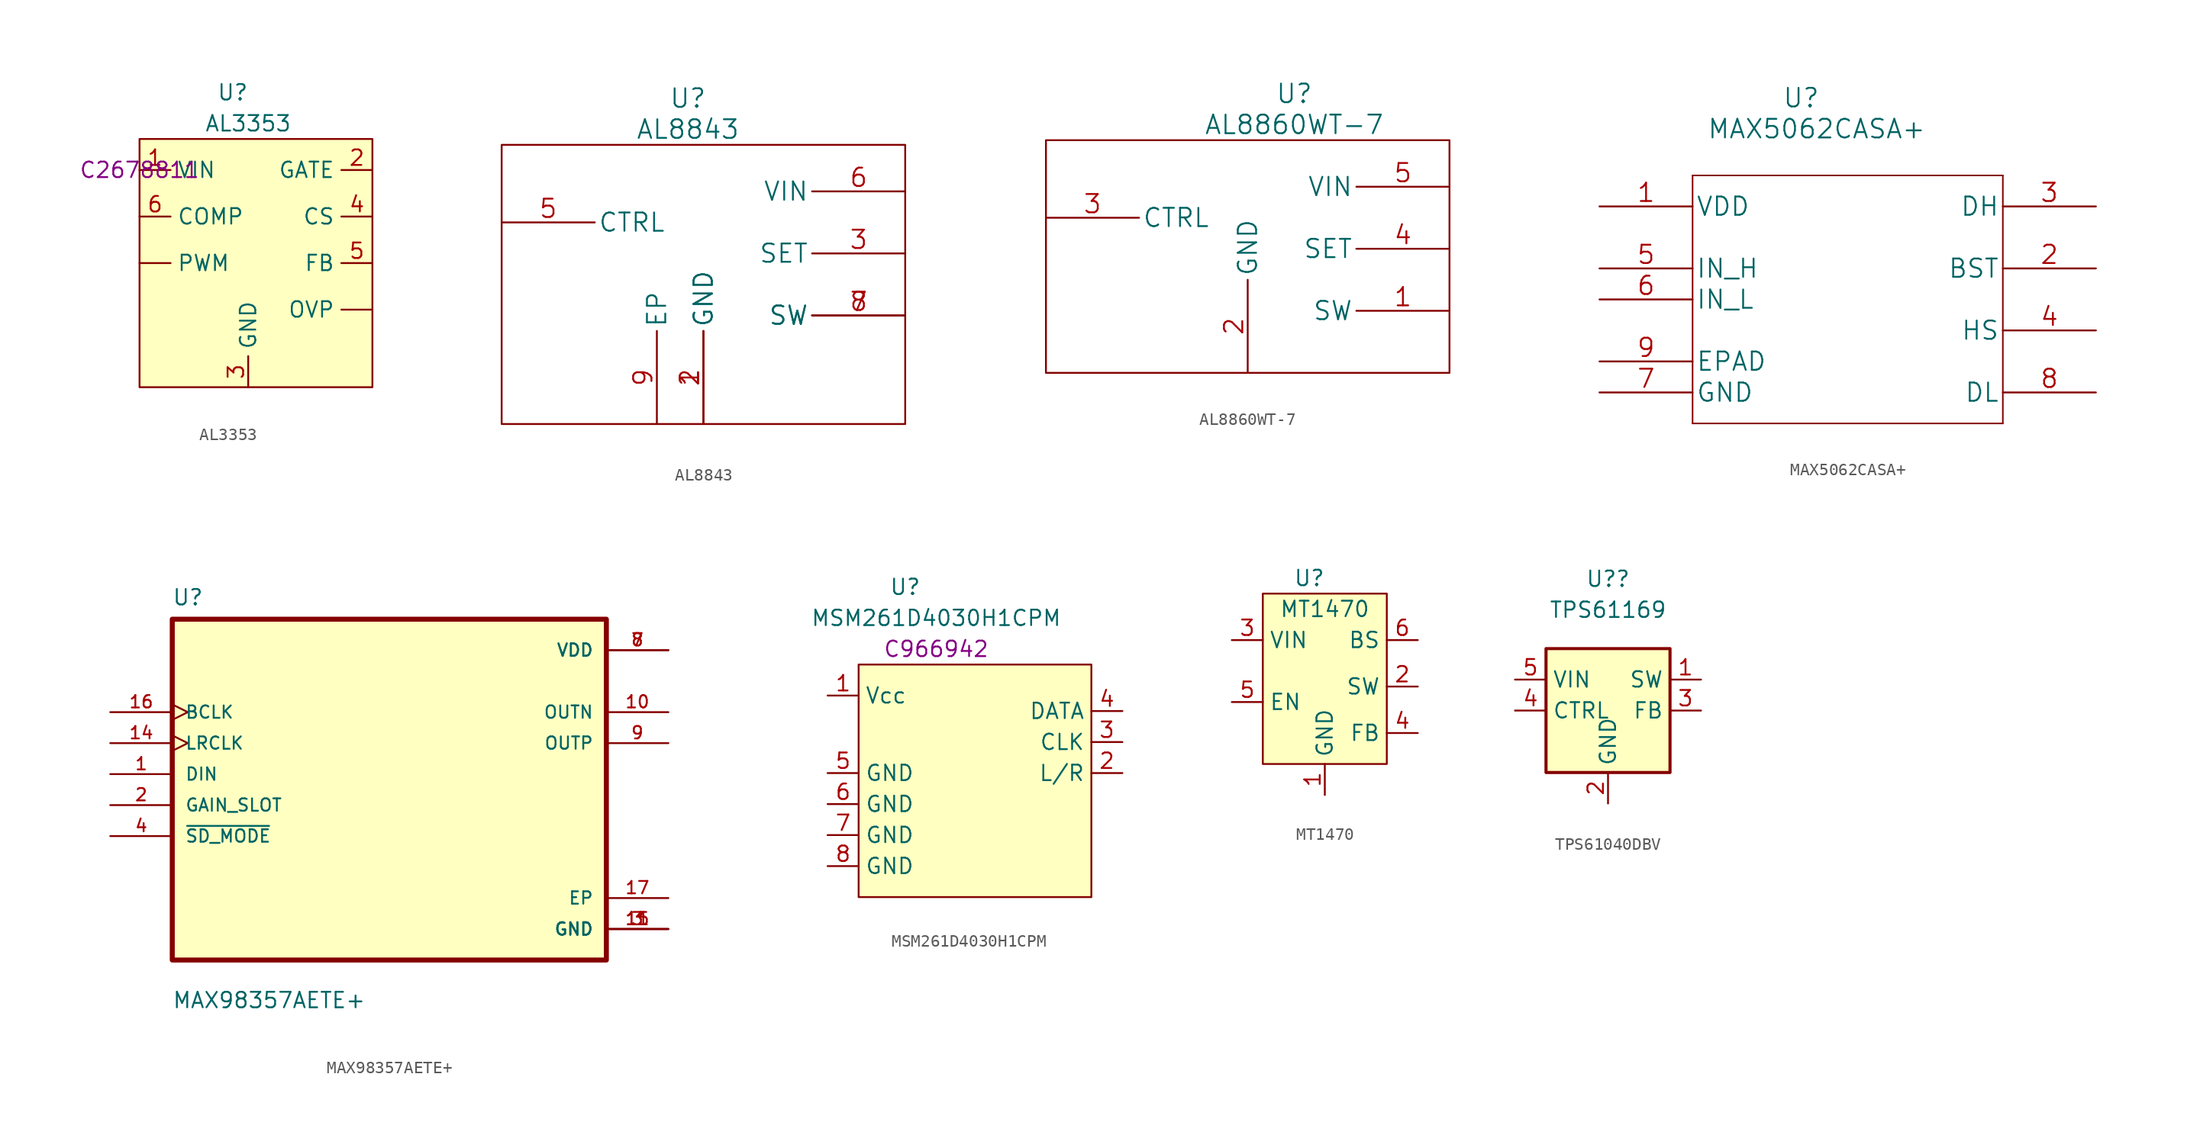
<source format=kicad_sym>
(kicad_symbol_lib
  (version 20220914)
  (generator kicad_symbol_editor)
  (symbol "AL3353"
    (property "Reference" "U"
      (at 7.62 6.35 0)
      (effects (font (size 1.27 1.27))))
    (property "Value" "AL3353"
      (at 8.89 3.81 0)
      (effects (font (size 1.27 1.27))))
    (property "LCSC" "C2678811"
      (at 0 0 0)
      (effects (font (size 1.27 1.27))))
    (symbol "AL3353_0_1"
      (rectangle (start 0 2.54) (end 19.05 -17.78) (stroke (width 0) (type default)) (fill (type background))))
    (symbol "AL3353_1_1"
      (pin input line (at 19.05 -11.43 180) (length 2.54) (name "OVP" (effects (font (size 1.27 1.27)))) (number "" (effects (font (size 1.27 1.27)))))
      (pin input line (at 0 -7.62 0) (length 2.54) (name "PWM" (effects (font (size 1.27 1.27)))) (number "" (effects (font (size 1.27 1.27)))))
      (pin input line (at 0 0 0) (length 2.54) (name "VIN" (effects (font (size 1.27 1.27)))) (number "1" (effects (font (size 1.27 1.27)))))
      (pin input line (at 19.05 0 180) (length 2.54) (name "GATE" (effects (font (size 1.27 1.27)))) (number "2" (effects (font (size 1.27 1.27)))))
      (pin input line (at 8.89 -17.78 90) (length 2.54) (name "GND" (effects (font (size 1.27 1.27)))) (number "3" (effects (font (size 1.27 1.27)))))
      (pin input line (at 19.05 -3.81 180) (length 2.54) (name "CS" (effects (font (size 1.27 1.27)))) (number "4" (effects (font (size 1.27 1.27)))))
      (pin input line (at 19.05 -7.62 180) (length 2.54) (name "FB" (effects (font (size 1.27 1.27)))) (number "5" (effects (font (size 1.27 1.27)))))
      (pin input line (at 0 -3.81 0) (length 2.54) (name "COMP" (effects (font (size 1.27 1.27)))) (number "6" (effects (font (size 1.27 1.27)))))))
  (symbol "AL8843"
    (pin_names
      (offset 0.254))
    (property "Reference" "U"
      (at 15.24 10.16 0)
      (effects (font (size 1.524 1.524))))
    (property "Value" "AL8843"
      (at 15.24 7.62 0)
      (effects (font (size 1.524 1.524))))
    (symbol "AL8843_0_1"
      (rectangle (start 0 6.35) (end 33.02 -16.51) (stroke (width 0) (type default)) (fill (type none))))
    (symbol "AL8843_1_1"
      (pin power_in line (at 16.51 -16.51 90) (length 7.62) (name "GND" (effects (font (size 1.499 1.499)))) (number "1" (effects (font (size 1.499 1.499)))))
      (pin power_in line (at 16.51 -16.51 90) (length 7.62) (name "GND" (effects (font (size 1.499 1.499)))) (number "2" (effects (font (size 1.499 1.499)))))
      (pin unspecified line (at 33.02 -2.54 180) (length 7.62) (name "SET" (effects (font (size 1.499 1.499)))) (number "3" (effects (font (size 1.499 1.499)))))
      (pin bidirectional line (at 0 0 0) (length 7.62) (name "CTRL" (effects (font (size 1.499 1.499)))) (number "5" (effects (font (size 1.499 1.499)))))
      (pin power_in line (at 33.02 2.54 180) (length 7.62) (name "VIN" (effects (font (size 1.499 1.499)))) (number "6" (effects (font (size 1.499 1.499)))))
      (pin output line (at 33.02 -7.62 180) (length 7.62) (name "SW" (effects (font (size 1.499 1.499)))) (number "7" (effects (font (size 1.499 1.499)))))
      (pin output line (at 33.02 -7.62 180) (length 7.62) (name "SW" (effects (font (size 1.499 1.499)))) (number "8" (effects (font (size 1.499 1.499)))))
      (pin power_in line (at 12.7 -16.51 90) (length 7.62) (name "EP" (effects (font (size 1.499 1.499)))) (number "9" (effects (font (size 1.499 1.499)))))))
  (symbol "AL8860WT-7"
    (pin_names
      (offset 0.254))
    (property "Reference" "U"
      (at 20.32 10.16 0)
      (effects (font (size 1.524 1.524))))
    (property "Value" "AL8860WT-7"
      (at 20.32 7.62 0)
      (effects (font (size 1.524 1.524))))
    (symbol "AL8860WT-7_0_1"
      (rectangle (start 0 6.35) (end 33.02 -12.7) (stroke (width 0) (type default)) (fill (type none))))
    (symbol "AL8860WT-7_1_1"
      (pin output line (at 33.02 -7.62 180) (length 7.62) (name "SW" (effects (font (size 1.499 1.499)))) (number "1" (effects (font (size 1.499 1.499)))))
      (pin power_in line (at 16.51 -12.7 90) (length 7.62) (name "GND" (effects (font (size 1.499 1.499)))) (number "2" (effects (font (size 1.499 1.499)))))
      (pin bidirectional line (at 0 0 0) (length 7.62) (name "CTRL" (effects (font (size 1.499 1.499)))) (number "3" (effects (font (size 1.499 1.499)))))
      (pin unspecified line (at 33.02 -2.54 180) (length 7.62) (name "SET" (effects (font (size 1.499 1.499)))) (number "4" (effects (font (size 1.499 1.499)))))
      (pin power_in line (at 33.02 2.54 180) (length 7.62) (name "VIN" (effects (font (size 1.499 1.499)))) (number "5" (effects (font (size 1.499 1.499)))))))
  (symbol "MAX5062CASA+"
    (pin_names
      (offset 0.254))
    (property "Reference" "U"
      (at 16.51 11.43 0)
      (effects (font (size 1.524 1.524))))
    (property "Value" "MAX5062CASA+"
      (at 17.78 8.89 0)
      (effects (font (size 1.524 1.524))))
    (property "Datasheet" ""
      (at 0 0 0)
      (effects (font (size 1.524 1.524))))
    (symbol "MAX5062CASA+_1_1"
      (polyline (pts (xy 7.62 -15.24) (xy 33.02 -15.24)) (stroke (width 0.127) (type default)) (fill (type none)))
      (polyline (pts (xy 7.62 5.08) (xy 7.62 -15.24)) (stroke (width 0.127) (type default)) (fill (type none)))
      (polyline (pts (xy 33.02 -15.24) (xy 33.02 5.08)) (stroke (width 0.127) (type default)) (fill (type none)))
      (polyline (pts (xy 33.02 5.08) (xy 7.62 5.08)) (stroke (width 0.127) (type default)) (fill (type none)))
      (pin power_in line (at 0 2.54 0) (length 7.62) (name "VDD" (effects (font (size 1.499 1.499)))) (number "1" (effects (font (size 1.499 1.499)))))
      (pin unspecified line (at 40.64 -2.54 180) (length 7.62) (name "BST" (effects (font (size 1.499 1.499)))) (number "2" (effects (font (size 1.499 1.499)))))
      (pin output line (at 40.64 2.54 180) (length 7.62) (name "DH" (effects (font (size 1.499 1.499)))) (number "3" (effects (font (size 1.499 1.499)))))
      (pin unspecified line (at 40.64 -7.62 180) (length 7.62) (name "HS" (effects (font (size 1.499 1.499)))) (number "4" (effects (font (size 1.499 1.499)))))
      (pin input line (at 0 -2.54 0) (length 7.62) (name "IN_H" (effects (font (size 1.499 1.499)))) (number "5" (effects (font (size 1.499 1.499)))))
      (pin input line (at 0 -5.08 0) (length 7.62) (name "IN_L" (effects (font (size 1.499 1.499)))) (number "6" (effects (font (size 1.499 1.499)))))
      (pin power_in line (at 0 -12.7 0) (length 7.62) (name "GND" (effects (font (size 1.499 1.499)))) (number "7" (effects (font (size 1.499 1.499)))))
      (pin output line (at 40.64 -12.7 180) (length 7.62) (name "DL" (effects (font (size 1.499 1.499)))) (number "8" (effects (font (size 1.499 1.499)))))
      (pin unspecified line (at 0 -10.16 0) (length 7.62) (name "EPAD" (effects (font (size 1.499 1.499)))) (number "9" (effects (font (size 1.499 1.499)))))))
  (symbol "MAX98357AETE+"
    (pin_names
      (offset 1.016))
    (property "Reference" "U"
      (at -17.81 13.745 0)
      (effects (font (size 1.27 1.27)) (justify left bottom)))
    (property "Value" "MAX98357AETE+"
      (at -17.804 -19.279 0)
      (effects (font (size 1.27 1.27)) (justify left bottom)))
    (symbol "MAX98357AETE+_0_0"
      (rectangle (start -17.78 -15.24) (end 17.78 12.7) (stroke (width 0.41) (type default)) (fill (type background)))
      (pin input line (at -22.86 0 0) (length 5.08) (name "DIN" (effects (font (size 1.016 1.016)))) (number "1" (effects (font (size 1.016 1.016)))))
      (pin output line (at 22.86 5.08 180) (length 5.08) (name "OUTN" (effects (font (size 1.016 1.016)))) (number "10" (effects (font (size 1.016 1.016)))))
      (pin power_in line (at 22.86 -12.7 180) (length 5.08) (name "GND" (effects (font (size 1.016 1.016)))) (number "11" (effects (font (size 1.016 1.016)))))
      (pin input clock (at -22.86 2.54 0) (length 5.08) (name "LRCLK" (effects (font (size 1.016 1.016)))) (number "14" (effects (font (size 1.016 1.016)))))
      (pin power_in line (at 22.86 -12.7 180) (length 5.08) (name "GND" (effects (font (size 1.016 1.016)))) (number "15" (effects (font (size 1.016 1.016)))))
      (pin input clock (at -22.86 5.08 0) (length 5.08) (name "BCLK" (effects (font (size 1.016 1.016)))) (number "16" (effects (font (size 1.016 1.016)))))
      (pin power_in line (at 22.86 -10.16 180) (length 5.08) (name "EP" (effects (font (size 1.016 1.016)))) (number "17" (effects (font (size 1.016 1.016)))))
      (pin input line (at -22.86 -2.54 0) (length 5.08) (name "GAIN_SLOT" (effects (font (size 1.016 1.016)))) (number "2" (effects (font (size 1.016 1.016)))))
      (pin power_in line (at 22.86 -12.7 180) (length 5.08) (name "GND" (effects (font (size 1.016 1.016)))) (number "3" (effects (font (size 1.016 1.016)))))
      (pin input line (at -22.86 -5.08 0) (length 5.08) (name "~{SD_MODE}" (effects (font (size 1.016 1.016)))) (number "4" (effects (font (size 1.016 1.016)))))
      (pin power_in line (at 22.86 10.16 180) (length 5.08) (name "VDD" (effects (font (size 1.016 1.016)))) (number "7" (effects (font (size 1.016 1.016)))))
      (pin power_in line (at 22.86 10.16 180) (length 5.08) (name "VDD" (effects (font (size 1.016 1.016)))) (number "8" (effects (font (size 1.016 1.016)))))
      (pin output line (at 22.86 2.54 180) (length 5.08) (name "OUTP" (effects (font (size 1.016 1.016)))) (number "9" (effects (font (size 1.016 1.016)))))))
  (symbol "MSM261D4030H1CPM"
    (property "Reference" "U"
      (at 6.35 8.89 0)
      (effects (font (size 1.27 1.27))))
    (property "Value" "MSM261D4030H1CPM"
      (at 8.89 6.35 0)
      (effects (font (size 1.27 1.27))))
    (property "LCSC" "C966942"
      (at 8.89 3.81 0)
      (effects (font (size 1.27 1.27))))
    (symbol "MSM261D4030H1CPM_0_0"
      (pin unspecified line (at 0 0 0) (length 2.54) (name "Vcc" (effects (font (size 1.27 1.27)))) (number "1" (effects (font (size 1.27 1.27)))))
      (pin unspecified line (at 24.13 -6.35 180) (length 2.54) (name "L/R" (effects (font (size 1.27 1.27)))) (number "2" (effects (font (size 1.27 1.27)))))
      (pin unspecified line (at 24.13 -3.81 180) (length 2.54) (name "CLK" (effects (font (size 1.27 1.27)))) (number "3" (effects (font (size 1.27 1.27)))))
      (pin unspecified line (at 24.13 -1.27 180) (length 2.54) (name "DATA" (effects (font (size 1.27 1.27)))) (number "4" (effects (font (size 1.27 1.27)))))
      (pin unspecified line (at 0 -6.35 0) (length 2.54) (name "GND" (effects (font (size 1.27 1.27)))) (number "5" (effects (font (size 1.27 1.27)))))
      (pin unspecified line (at 0 -8.89 0) (length 2.54) (name "GND" (effects (font (size 1.27 1.27)))) (number "6" (effects (font (size 1.27 1.27)))))
      (pin unspecified line (at 0 -11.43 0) (length 2.54) (name "GND" (effects (font (size 1.27 1.27)))) (number "7" (effects (font (size 1.27 1.27)))))
      (pin unspecified line (at 0 -13.97 0) (length 2.54) (name "GND" (effects (font (size 1.27 1.27)))) (number "8" (effects (font (size 1.27 1.27))))))
    (symbol "MSM261D4030H1CPM_0_1"
      (rectangle (start 2.54 2.54) (end 21.59 -16.51) (stroke (width 0) (type default)) (fill (type background)))))
  (symbol "MT1470"
    (property "Reference" "U"
      (at 6.35 1.27 0)
      (effects (font (size 1.27 1.27))))
    (property "Value" "MT1470"
      (at 7.62 -1.27 0)
      (effects (font (size 1.27 1.27))))
    (symbol "MT1470_0_0"
      (pin unspecified line (at 7.62 -16.51 90) (length 2.54) (name "GND" (effects (font (size 1.27 1.27)))) (number "1" (effects (font (size 1.27 1.27)))))
      (pin unspecified line (at 15.24 -7.62 180) (length 2.54) (name "SW" (effects (font (size 1.27 1.27)))) (number "2" (effects (font (size 1.27 1.27)))))
      (pin unspecified line (at 0 -3.81 0) (length 2.54) (name "VIN" (effects (font (size 1.27 1.27)))) (number "3" (effects (font (size 1.27 1.27)))))
      (pin unspecified line (at 15.24 -11.43 180) (length 2.54) (name "FB" (effects (font (size 1.27 1.27)))) (number "4" (effects (font (size 1.27 1.27)))))
      (pin unspecified line (at 0 -8.89 0) (length 2.54) (name "EN" (effects (font (size 1.27 1.27)))) (number "5" (effects (font (size 1.27 1.27)))))
      (pin unspecified line (at 15.24 -3.81 180) (length 2.54) (name "BS" (effects (font (size 1.27 1.27)))) (number "6" (effects (font (size 1.27 1.27))))))
    (symbol "MT1470_0_1"
      (rectangle (start 2.54 0) (end 12.7 -13.97) (stroke (width 0) (type default)) (fill (type background)))))
  (symbol "TPS61040DBV"
    (property "Reference" "U?"
      (at 0 10.795 0)
      (effects (font (size 1.27 1.27))))
    (property "Value" "TPS61169 "
      (at 0 8.255 0)
      (effects (font (size 1.27 1.27))))
    (symbol "TPS61040DBV_0_1"
      (rectangle (start -5.08 5.08) (end 5.08 -5.08) (stroke (width 0.254) (type default)) (fill (type background))))
    (symbol "TPS61040DBV_1_1"
      (pin power_out line (at 7.62 2.54 180) (length 2.54) (name "SW" (effects (font (size 1.27 1.27)))) (number "1" (effects (font (size 1.27 1.27)))))
      (pin power_in line (at 0 -7.62 90) (length 2.54) (name "GND" (effects (font (size 1.27 1.27)))) (number "2" (effects (font (size 1.27 1.27)))))
      (pin input line (at 7.62 0 180) (length 2.54) (name "FB" (effects (font (size 1.27 1.27)))) (number "3" (effects (font (size 1.27 1.27)))))
      (pin input line (at -7.62 0 0) (length 2.54) (name "CTRL" (effects (font (size 1.27 1.27)))) (number "4" (effects (font (size 1.27 1.27)))))
      (pin power_in line (at -7.62 2.54 0) (length 2.54) (name "VIN" (effects (font (size 1.27 1.27)))) (number "5" (effects (font (size 1.27 1.27))))))))
</source>
